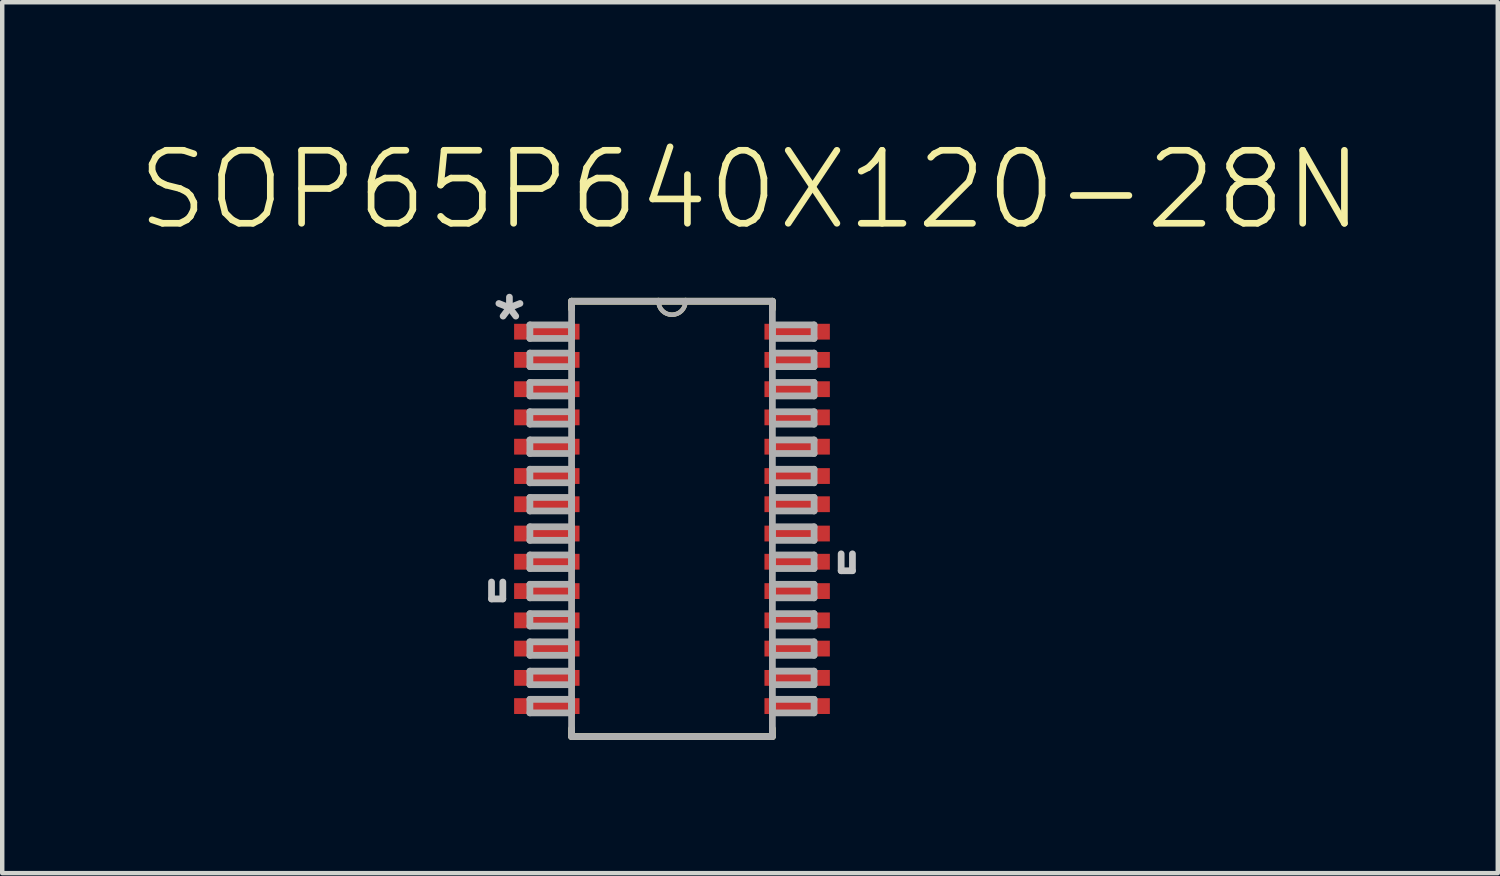
<source format=kicad_pcb>
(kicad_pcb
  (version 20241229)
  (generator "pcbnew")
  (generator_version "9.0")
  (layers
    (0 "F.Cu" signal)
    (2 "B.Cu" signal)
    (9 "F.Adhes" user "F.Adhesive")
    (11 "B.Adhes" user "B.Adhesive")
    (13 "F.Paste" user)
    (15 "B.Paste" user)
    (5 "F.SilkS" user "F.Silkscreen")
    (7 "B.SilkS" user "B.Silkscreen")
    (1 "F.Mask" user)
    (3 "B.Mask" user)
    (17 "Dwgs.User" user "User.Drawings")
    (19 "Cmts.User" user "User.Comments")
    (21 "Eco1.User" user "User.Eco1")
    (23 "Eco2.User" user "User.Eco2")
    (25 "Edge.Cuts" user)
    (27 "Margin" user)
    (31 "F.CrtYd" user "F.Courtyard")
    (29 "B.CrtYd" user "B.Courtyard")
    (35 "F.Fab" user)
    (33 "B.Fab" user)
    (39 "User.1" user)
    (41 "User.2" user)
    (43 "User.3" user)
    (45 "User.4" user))
  (footprint "SOP65P640X120-28N"
    (layer "F.Cu")
    (at 12.084 8.636)
    (property "Reference" "SOP65P640X120-28N" (at 1.757 -7.41 0) (layer "F.SilkS") (effects (font (size 1.644 1.644) (thickness 0.15))))
    (attr smd)
    (fp_line (start -2.261 -4.902) (end -2.261 -4.724) (stroke (width 0.152) (type solid)) (layer "F.SilkS"))
    (fp_line (start -2.261 4.724) (end -2.261 4.902) (stroke (width 0.152) (type solid)) (layer "F.SilkS"))
    (fp_line (start -2.261 4.902) (end 2.261 4.902) (stroke (width 0.152) (type solid)) (layer "F.SilkS"))
    (fp_line (start -0.305 -4.902) (end -2.261 -4.902) (stroke (width 0.152) (type solid)) (layer "F.SilkS"))
    (fp_line (start 0.305 -4.902) (end -0.305 -4.902) (stroke (width 0.152) (type solid)) (layer "F.SilkS"))
    (fp_line (start 2.261 -4.902) (end 0.305 -4.902) (stroke (width 0.152) (type solid)) (layer "F.SilkS"))
    (fp_line (start 2.261 -4.724) (end 2.261 -4.902) (stroke (width 0.152) (type solid)) (layer "F.SilkS"))
    (fp_line (start 2.261 4.902) (end 2.261 4.724) (stroke (width 0.152) (type solid)) (layer "F.SilkS"))
    (fp_arc (start 0.3048 -4.9022) (mid 0 -4.5974) (end -0.3048 -4.9022) (stroke (width 0.1) (type solid)) (layer "F.SilkS"))
    (fp_line (start -4.064 1.422) (end -4.064 1.803) (stroke (width 0.152) (type solid)) (layer "Dwgs.User"))
    (fp_line (start -4.064 1.803) (end -3.81 1.803) (stroke (width 0.152) (type solid)) (layer "Dwgs.User"))
    (fp_line (start -3.81 1.803) (end -3.81 1.422) (stroke (width 0.152) (type solid)) (layer "Dwgs.User"))
    (fp_line (start 3.81 1.168) (end 3.81 0.787) (stroke (width 0.152) (type solid)) (layer "Dwgs.User"))
    (fp_line (start 4.064 0.787) (end 4.064 1.168) (stroke (width 0.152) (type solid)) (layer "Dwgs.User"))
    (fp_line (start 4.064 1.168) (end 3.81 1.168) (stroke (width 0.152) (type solid)) (layer "Dwgs.User"))
    (fp_line (start -3.2 -4.369) (end -3.2 -4.064) (stroke (width 0.152) (type solid)) (layer "F.Fab"))
    (fp_line (start -3.2 -4.064) (end -2.261 -4.064) (stroke (width 0.152) (type solid)) (layer "F.Fab"))
    (fp_line (start -3.2 -3.734) (end -3.2 -3.429) (stroke (width 0.152) (type solid)) (layer "F.Fab"))
    (fp_line (start -3.2 -3.429) (end -2.261 -3.429) (stroke (width 0.152) (type solid)) (layer "F.Fab"))
    (fp_line (start -3.2 -3.073) (end -3.2 -2.769) (stroke (width 0.152) (type solid)) (layer "F.Fab"))
    (fp_line (start -3.2 -2.769) (end -2.261 -2.769) (stroke (width 0.152) (type solid)) (layer "F.Fab"))
    (fp_line (start -3.2 -2.413) (end -3.2 -2.134) (stroke (width 0.152) (type solid)) (layer "F.Fab"))
    (fp_line (start -3.2 -2.134) (end -2.261 -2.134) (stroke (width 0.152) (type solid)) (layer "F.Fab"))
    (fp_line (start -3.2 -1.778) (end -3.2 -1.473) (stroke (width 0.152) (type solid)) (layer "F.Fab"))
    (fp_line (start -3.2 -1.473) (end -2.261 -1.473) (stroke (width 0.152) (type solid)) (layer "F.Fab"))
    (fp_line (start -3.2 -1.118) (end -3.2 -0.813) (stroke (width 0.152) (type solid)) (layer "F.Fab"))
    (fp_line (start -3.2 -0.813) (end -2.261 -0.813) (stroke (width 0.152) (type solid)) (layer "F.Fab"))
    (fp_line (start -3.2 -0.483) (end -3.2 -0.178) (stroke (width 0.152) (type solid)) (layer "F.Fab"))
    (fp_line (start -3.2 -0.178) (end -2.261 -0.178) (stroke (width 0.152) (type solid)) (layer "F.Fab"))
    (fp_line (start -3.2 0.178) (end -3.2 0.483) (stroke (width 0.152) (type solid)) (layer "F.Fab"))
    (fp_line (start -3.2 0.483) (end -2.261 0.483) (stroke (width 0.152) (type solid)) (layer "F.Fab"))
    (fp_line (start -3.2 0.813) (end -3.2 1.118) (stroke (width 0.152) (type solid)) (layer "F.Fab"))
    (fp_line (start -3.2 1.118) (end -2.261 1.118) (stroke (width 0.152) (type solid)) (layer "F.Fab"))
    (fp_line (start -3.2 1.473) (end -3.2 1.778) (stroke (width 0.152) (type solid)) (layer "F.Fab"))
    (fp_line (start -3.2 1.778) (end -2.261 1.778) (stroke (width 0.152) (type solid)) (layer "F.Fab"))
    (fp_line (start -3.2 2.134) (end -3.2 2.413) (stroke (width 0.152) (type solid)) (layer "F.Fab"))
    (fp_line (start -3.2 2.413) (end -2.261 2.413) (stroke (width 0.152) (type solid)) (layer "F.Fab"))
    (fp_line (start -3.2 2.769) (end -3.2 3.073) (stroke (width 0.152) (type solid)) (layer "F.Fab"))
    (fp_line (start -3.2 3.073) (end -2.261 3.073) (stroke (width 0.152) (type solid)) (layer "F.Fab"))
    (fp_line (start -3.2 3.429) (end -3.2 3.734) (stroke (width 0.152) (type solid)) (layer "F.Fab"))
    (fp_line (start -3.2 3.734) (end -2.261 3.734) (stroke (width 0.152) (type solid)) (layer "F.Fab"))
    (fp_line (start -3.2 4.064) (end -3.2 4.369) (stroke (width 0.152) (type solid)) (layer "F.Fab"))
    (fp_line (start -3.2 4.369) (end -2.261 4.369) (stroke (width 0.152) (type solid)) (layer "F.Fab"))
    (fp_line (start -2.261 -4.902) (end -2.261 4.902) (stroke (width 0.152) (type solid)) (layer "F.Fab"))
    (fp_line (start -2.261 -4.369) (end -3.2 -4.369) (stroke (width 0.152) (type solid)) (layer "F.Fab"))
    (fp_line (start -2.261 -4.064) (end -2.261 -4.369) (stroke (width 0.152) (type solid)) (layer "F.Fab"))
    (fp_line (start -2.261 -3.734) (end -3.2 -3.734) (stroke (width 0.152) (type solid)) (layer "F.Fab"))
    (fp_line (start -2.261 -3.429) (end -2.261 -3.734) (stroke (width 0.152) (type solid)) (layer "F.Fab"))
    (fp_line (start -2.261 -3.073) (end -3.2 -3.073) (stroke (width 0.152) (type solid)) (layer "F.Fab"))
    (fp_line (start -2.261 -2.769) (end -2.261 -3.073) (stroke (width 0.152) (type solid)) (layer "F.Fab"))
    (fp_line (start -2.261 -2.413) (end -3.2 -2.413) (stroke (width 0.152) (type solid)) (layer "F.Fab"))
    (fp_line (start -2.261 -2.134) (end -2.261 -2.413) (stroke (width 0.152) (type solid)) (layer "F.Fab"))
    (fp_line (start -2.261 -1.778) (end -3.2 -1.778) (stroke (width 0.152) (type solid)) (layer "F.Fab"))
    (fp_line (start -2.261 -1.473) (end -2.261 -1.778) (stroke (width 0.152) (type solid)) (layer "F.Fab"))
    (fp_line (start -2.261 -1.118) (end -3.2 -1.118) (stroke (width 0.152) (type solid)) (layer "F.Fab"))
    (fp_line (start -2.261 -0.813) (end -2.261 -1.118) (stroke (width 0.152) (type solid)) (layer "F.Fab"))
    (fp_line (start -2.261 -0.483) (end -3.2 -0.483) (stroke (width 0.152) (type solid)) (layer "F.Fab"))
    (fp_line (start -2.261 -0.178) (end -2.261 -0.483) (stroke (width 0.152) (type solid)) (layer "F.Fab"))
    (fp_line (start -2.261 0.178) (end -3.2 0.178) (stroke (width 0.152) (type solid)) (layer "F.Fab"))
    (fp_line (start -2.261 0.483) (end -2.261 0.178) (stroke (width 0.152) (type solid)) (layer "F.Fab"))
    (fp_line (start -2.261 0.813) (end -3.2 0.813) (stroke (width 0.152) (type solid)) (layer "F.Fab"))
    (fp_line (start -2.261 1.118) (end -2.261 0.813) (stroke (width 0.152) (type solid)) (layer "F.Fab"))
    (fp_line (start -2.261 1.473) (end -3.2 1.473) (stroke (width 0.152) (type solid)) (layer "F.Fab"))
    (fp_line (start -2.261 1.778) (end -2.261 1.473) (stroke (width 0.152) (type solid)) (layer "F.Fab"))
    (fp_line (start -2.261 2.134) (end -3.2 2.134) (stroke (width 0.152) (type solid)) (layer "F.Fab"))
    (fp_line (start -2.261 2.413) (end -2.261 2.134) (stroke (width 0.152) (type solid)) (layer "F.Fab"))
    (fp_line (start -2.261 2.769) (end -3.2 2.769) (stroke (width 0.152) (type solid)) (layer "F.Fab"))
    (fp_line (start -2.261 3.073) (end -2.261 2.769) (stroke (width 0.152) (type solid)) (layer "F.Fab"))
    (fp_line (start -2.261 3.429) (end -3.2 3.429) (stroke (width 0.152) (type solid)) (layer "F.Fab"))
    (fp_line (start -2.261 3.734) (end -2.261 3.429) (stroke (width 0.152) (type solid)) (layer "F.Fab"))
    (fp_line (start -2.261 4.064) (end -3.2 4.064) (stroke (width 0.152) (type solid)) (layer "F.Fab"))
    (fp_line (start -2.261 4.369) (end -2.261 4.064) (stroke (width 0.152) (type solid)) (layer "F.Fab"))
    (fp_line (start -2.261 4.902) (end 2.261 4.902) (stroke (width 0.152) (type solid)) (layer "F.Fab"))
    (fp_line (start -0.305 -4.902) (end -2.261 -4.902) (stroke (width 0.152) (type solid)) (layer "F.Fab"))
    (fp_line (start 0.305 -4.902) (end -0.305 -4.902) (stroke (width 0.152) (type solid)) (layer "F.Fab"))
    (fp_line (start 2.261 -4.902) (end 0.305 -4.902) (stroke (width 0.152) (type solid)) (layer "F.Fab"))
    (fp_line (start 2.261 -4.369) (end 2.261 -4.064) (stroke (width 0.152) (type solid)) (layer "F.Fab"))
    (fp_line (start 2.261 -4.064) (end 3.2 -4.064) (stroke (width 0.152) (type solid)) (layer "F.Fab"))
    (fp_line (start 2.261 -3.734) (end 2.261 -3.429) (stroke (width 0.152) (type solid)) (layer "F.Fab"))
    (fp_line (start 2.261 -3.429) (end 3.2 -3.429) (stroke (width 0.152) (type solid)) (layer "F.Fab"))
    (fp_line (start 2.261 -3.073) (end 2.261 -2.769) (stroke (width 0.152) (type solid)) (layer "F.Fab"))
    (fp_line (start 2.261 -2.769) (end 3.2 -2.769) (stroke (width 0.152) (type solid)) (layer "F.Fab"))
    (fp_line (start 2.261 -2.413) (end 2.261 -2.134) (stroke (width 0.152) (type solid)) (layer "F.Fab"))
    (fp_line (start 2.261 -2.134) (end 3.2 -2.134) (stroke (width 0.152) (type solid)) (layer "F.Fab"))
    (fp_line (start 2.261 -1.778) (end 2.261 -1.473) (stroke (width 0.152) (type solid)) (layer "F.Fab"))
    (fp_line (start 2.261 -1.473) (end 3.2 -1.473) (stroke (width 0.152) (type solid)) (layer "F.Fab"))
    (fp_line (start 2.261 -1.118) (end 2.261 -0.813) (stroke (width 0.152) (type solid)) (layer "F.Fab"))
    (fp_line (start 2.261 -0.813) (end 3.2 -0.813) (stroke (width 0.152) (type solid)) (layer "F.Fab"))
    (fp_line (start 2.261 -0.483) (end 2.261 -0.178) (stroke (width 0.152) (type solid)) (layer "F.Fab"))
    (fp_line (start 2.261 -0.178) (end 3.2 -0.178) (stroke (width 0.152) (type solid)) (layer "F.Fab"))
    (fp_line (start 2.261 0.178) (end 2.261 0.483) (stroke (width 0.152) (type solid)) (layer "F.Fab"))
    (fp_line (start 2.261 0.483) (end 3.2 0.483) (stroke (width 0.152) (type solid)) (layer "F.Fab"))
    (fp_line (start 2.261 0.813) (end 2.261 1.118) (stroke (width 0.152) (type solid)) (layer "F.Fab"))
    (fp_line (start 2.261 1.118) (end 3.2 1.118) (stroke (width 0.152) (type solid)) (layer "F.Fab"))
    (fp_line (start 2.261 1.473) (end 2.261 1.778) (stroke (width 0.152) (type solid)) (layer "F.Fab"))
    (fp_line (start 2.261 1.778) (end 3.2 1.778) (stroke (width 0.152) (type solid)) (layer "F.Fab"))
    (fp_line (start 2.261 2.134) (end 2.261 2.413) (stroke (width 0.152) (type solid)) (layer "F.Fab"))
    (fp_line (start 2.261 2.413) (end 3.2 2.413) (stroke (width 0.152) (type solid)) (layer "F.Fab"))
    (fp_line (start 2.261 2.769) (end 2.261 3.073) (stroke (width 0.152) (type solid)) (layer "F.Fab"))
    (fp_line (start 2.261 3.073) (end 3.2 3.073) (stroke (width 0.152) (type solid)) (layer "F.Fab"))
    (fp_line (start 2.261 3.429) (end 2.261 3.734) (stroke (width 0.152) (type solid)) (layer "F.Fab"))
    (fp_line (start 2.261 3.734) (end 3.2 3.734) (stroke (width 0.152) (type solid)) (layer "F.Fab"))
    (fp_line (start 2.261 4.064) (end 2.261 4.369) (stroke (width 0.152) (type solid)) (layer "F.Fab"))
    (fp_line (start 2.261 4.369) (end 3.2 4.369) (stroke (width 0.152) (type solid)) (layer "F.Fab"))
    (fp_line (start 2.261 4.902) (end 2.261 -4.902) (stroke (width 0.152) (type solid)) (layer "F.Fab"))
    (fp_line (start 3.2 -4.369) (end 2.261 -4.369) (stroke (width 0.152) (type solid)) (layer "F.Fab"))
    (fp_line (start 3.2 -4.064) (end 3.2 -4.369) (stroke (width 0.152) (type solid)) (layer "F.Fab"))
    (fp_line (start 3.2 -3.734) (end 2.261 -3.734) (stroke (width 0.152) (type solid)) (layer "F.Fab"))
    (fp_line (start 3.2 -3.429) (end 3.2 -3.734) (stroke (width 0.152) (type solid)) (layer "F.Fab"))
    (fp_line (start 3.2 -3.073) (end 2.261 -3.073) (stroke (width 0.152) (type solid)) (layer "F.Fab"))
    (fp_line (start 3.2 -2.769) (end 3.2 -3.073) (stroke (width 0.152) (type solid)) (layer "F.Fab"))
    (fp_line (start 3.2 -2.413) (end 2.261 -2.413) (stroke (width 0.152) (type solid)) (layer "F.Fab"))
    (fp_line (start 3.2 -2.134) (end 3.2 -2.413) (stroke (width 0.152) (type solid)) (layer "F.Fab"))
    (fp_line (start 3.2 -1.778) (end 2.261 -1.778) (stroke (width 0.152) (type solid)) (layer "F.Fab"))
    (fp_line (start 3.2 -1.473) (end 3.2 -1.778) (stroke (width 0.152) (type solid)) (layer "F.Fab"))
    (fp_line (start 3.2 -1.118) (end 2.261 -1.118) (stroke (width 0.152) (type solid)) (layer "F.Fab"))
    (fp_line (start 3.2 -0.813) (end 3.2 -1.118) (stroke (width 0.152) (type solid)) (layer "F.Fab"))
    (fp_line (start 3.2 -0.483) (end 2.261 -0.483) (stroke (width 0.152) (type solid)) (layer "F.Fab"))
    (fp_line (start 3.2 -0.178) (end 3.2 -0.483) (stroke (width 0.152) (type solid)) (layer "F.Fab"))
    (fp_line (start 3.2 0.178) (end 2.261 0.178) (stroke (width 0.152) (type solid)) (layer "F.Fab"))
    (fp_line (start 3.2 0.483) (end 3.2 0.178) (stroke (width 0.152) (type solid)) (layer "F.Fab"))
    (fp_line (start 3.2 0.813) (end 2.261 0.813) (stroke (width 0.152) (type solid)) (layer "F.Fab"))
    (fp_line (start 3.2 1.118) (end 3.2 0.813) (stroke (width 0.152) (type solid)) (layer "F.Fab"))
    (fp_line (start 3.2 1.473) (end 2.261 1.473) (stroke (width 0.152) (type solid)) (layer "F.Fab"))
    (fp_line (start 3.2 1.778) (end 3.2 1.473) (stroke (width 0.152) (type solid)) (layer "F.Fab"))
    (fp_line (start 3.2 2.134) (end 2.261 2.134) (stroke (width 0.152) (type solid)) (layer "F.Fab"))
    (fp_line (start 3.2 2.413) (end 3.2 2.134) (stroke (width 0.152) (type solid)) (layer "F.Fab"))
    (fp_line (start 3.2 2.769) (end 2.261 2.769) (stroke (width 0.152) (type solid)) (layer "F.Fab"))
    (fp_line (start 3.2 3.073) (end 3.2 2.769) (stroke (width 0.152) (type solid)) (layer "F.Fab"))
    (fp_line (start 3.2 3.429) (end 2.261 3.429) (stroke (width 0.152) (type solid)) (layer "F.Fab"))
    (fp_line (start 3.2 3.734) (end 3.2 3.429) (stroke (width 0.152) (type solid)) (layer "F.Fab"))
    (fp_line (start 3.2 4.064) (end 2.261 4.064) (stroke (width 0.152) (type solid)) (layer "F.Fab"))
    (fp_line (start 3.2 4.369) (end 3.2 4.064) (stroke (width 0.152) (type solid)) (layer "F.Fab"))
    (fp_arc (start 0.3048 -4.9022) (mid 0 -4.5974) (end -0.3048 -4.9022) (stroke (width 0.1) (type solid)) (layer "F.Fab"))
    (fp_text user "*" (at -3.661 -4.449 0) (layer "Dwgs.User") (effects (font (size 1.001 1.001) (thickness 0.15))))
    (pad "1" smd rect (at -2.819 -4.216) (size 1.473 0.356) (layers "F.Cu" "F.Mask" "F.Paste"))
    (pad "2" smd rect (at -2.819 -3.581) (size 1.473 0.356) (layers "F.Cu" "F.Mask" "F.Paste"))
    (pad "3" smd rect (at -2.819 -2.921) (size 1.473 0.356) (layers "F.Cu" "F.Mask" "F.Paste"))
    (pad "4" smd rect (at -2.819 -2.286) (size 1.473 0.356) (layers "F.Cu" "F.Mask" "F.Paste"))
    (pad "5" smd rect (at -2.819 -1.626) (size 1.473 0.356) (layers "F.Cu" "F.Mask" "F.Paste"))
    (pad "6" smd rect (at -2.819 -0.965) (size 1.473 0.356) (layers "F.Cu" "F.Mask" "F.Paste"))
    (pad "7" smd rect (at -2.819 -0.33) (size 1.473 0.356) (layers "F.Cu" "F.Mask" "F.Paste"))
    (pad "8" smd rect (at -2.819 0.33) (size 1.473 0.356) (layers "F.Cu" "F.Mask" "F.Paste"))
    (pad "9" smd rect (at -2.819 0.965) (size 1.473 0.356) (layers "F.Cu" "F.Mask" "F.Paste"))
    (pad "10" smd rect (at -2.819 1.626) (size 1.473 0.356) (layers "F.Cu" "F.Mask" "F.Paste"))
    (pad "11" smd rect (at -2.819 2.286) (size 1.473 0.356) (layers "F.Cu" "F.Mask" "F.Paste"))
    (pad "12" smd rect (at -2.819 2.921) (size 1.473 0.356) (layers "F.Cu" "F.Mask" "F.Paste"))
    (pad "13" smd rect (at -2.819 3.581) (size 1.473 0.356) (layers "F.Cu" "F.Mask" "F.Paste"))
    (pad "14" smd rect (at -2.819 4.216) (size 1.473 0.356) (layers "F.Cu" "F.Mask" "F.Paste"))
    (pad "15" smd rect (at 2.819 4.216) (size 1.473 0.356) (layers "F.Cu" "F.Mask" "F.Paste"))
    (pad "16" smd rect (at 2.819 3.581) (size 1.473 0.356) (layers "F.Cu" "F.Mask" "F.Paste"))
    (pad "17" smd rect (at 2.819 2.921) (size 1.473 0.356) (layers "F.Cu" "F.Mask" "F.Paste"))
    (pad "18" smd rect (at 2.819 2.286) (size 1.473 0.356) (layers "F.Cu" "F.Mask" "F.Paste"))
    (pad "19" smd rect (at 2.819 1.626) (size 1.473 0.356) (layers "F.Cu" "F.Mask" "F.Paste"))
    (pad "20" smd rect (at 2.819 0.965) (size 1.473 0.356) (layers "F.Cu" "F.Mask" "F.Paste"))
    (pad "21" smd rect (at 2.819 0.33) (size 1.473 0.356) (layers "F.Cu" "F.Mask" "F.Paste"))
    (pad "22" smd rect (at 2.819 -0.33) (size 1.473 0.356) (layers "F.Cu" "F.Mask" "F.Paste"))
    (pad "23" smd rect (at 2.819 -0.965) (size 1.473 0.356) (layers "F.Cu" "F.Mask" "F.Paste"))
    (pad "24" smd rect (at 2.819 -1.626) (size 1.473 0.356) (layers "F.Cu" "F.Mask" "F.Paste"))
    (pad "25" smd rect (at 2.819 -2.286) (size 1.473 0.356) (layers "F.Cu" "F.Mask" "F.Paste"))
    (pad "26" smd rect (at 2.819 -2.921) (size 1.473 0.356) (layers "F.Cu" "F.Mask" "F.Paste"))
    (pad "27" smd rect (at 2.819 -3.581) (size 1.473 0.356) (layers "F.Cu" "F.Mask" "F.Paste"))
    (pad "28" smd rect (at 2.819 -4.216) (size 1.473 0.356) (layers "F.Cu" "F.Mask" "F.Paste")))
  (gr_rect
    (start -3 -3)
    (end 30.682 16.614)
    (stroke (width 0.1) (type default))
    (fill no)
    (layer "Edge.Cuts")))
</source>
